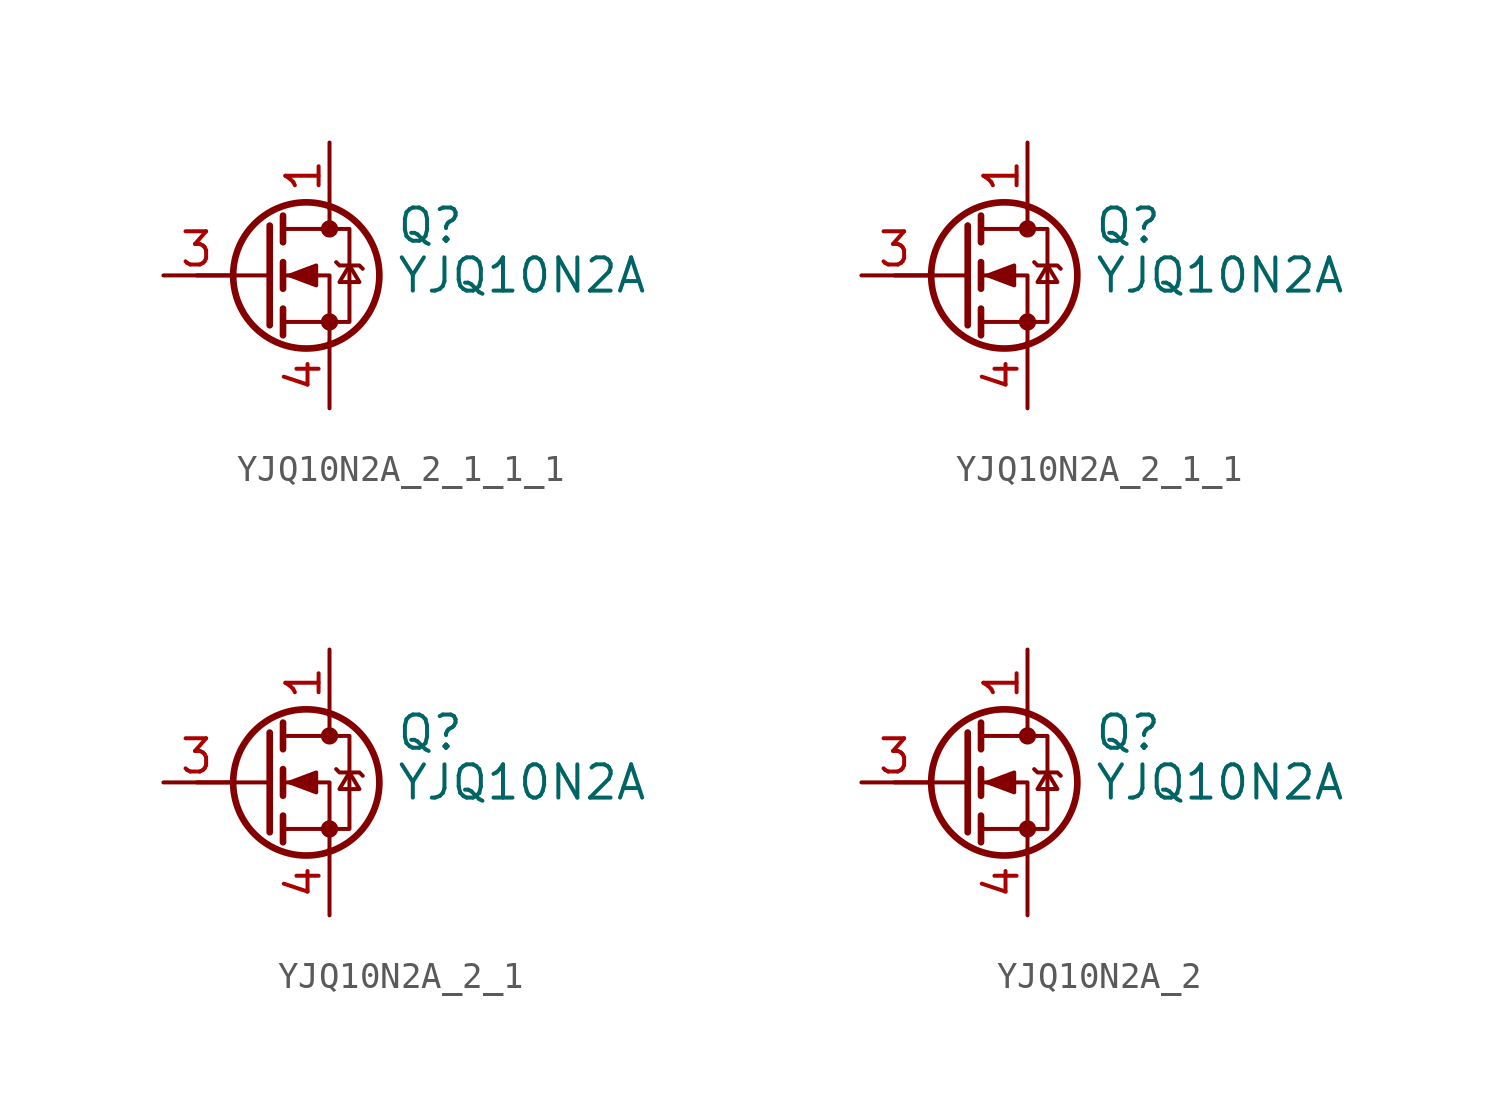
<source format=kicad_sym>
(kicad_symbol_lib
  (version 20241209)
  (generator "kicad_symbol_editor")
  (generator_version "9.0")
  (symbol "YJQ10N2A_2_1_1_1"
    (pin_names
      (hide yes))
    (property "Reference" "Q"
      (at 5.08 1.905 0)
      (effects (font (size 1.27 1.27)) (justify left)))
    (property "Value" "YJQ10N2A"
      (at 5.08 0 0)
      (effects (font (size 1.27 1.27)) (justify left)))
    (symbol "YJQ10N2A_2_1_1_1_0_1"
      (polyline (pts (xy 0.254 1.905) (xy 0.254 -1.905)) (stroke (width 0.254) (type default)) (fill (type none)))
      (polyline (pts (xy 0.254 0) (xy -2.54 0)) (stroke (width 0) (type default)) (fill (type none)))
      (polyline (pts (xy 0.762 2.286) (xy 0.762 1.27)) (stroke (width 0.254) (type default)) (fill (type none)))
      (polyline (pts (xy 0.762 0.508) (xy 0.762 -0.508)) (stroke (width 0.254) (type default)) (fill (type none)))
      (polyline (pts (xy 0.762 -1.27) (xy 0.762 -2.286)) (stroke (width 0.254) (type default)) (fill (type none)))
      (polyline (pts (xy 0.762 -1.778) (xy 3.302 -1.778) (xy 3.302 1.778) (xy 0.762 1.778)) (stroke (width 0) (type default)) (fill (type none)))
      (polyline (pts (xy 1.016 0) (xy 2.032 0.381) (xy 2.032 -0.381) (xy 1.016 0)) (stroke (width 0) (type default)) (fill (type outline)))
      (circle (center 1.651 0) (radius 2.794) (stroke (width 0.254) (type default)) (fill (type none)))
      (polyline (pts (xy 2.54 2.54) (xy 2.54 1.778)) (stroke (width 0) (type default)) (fill (type none)))
      (circle (center 2.54 1.778) (radius 0.254) (stroke (width 0) (type default)) (fill (type outline)))
      (circle (center 2.54 -1.778) (radius 0.254) (stroke (width 0) (type default)) (fill (type outline)))
      (polyline (pts (xy 2.54 -2.54) (xy 2.54 0) (xy 0.762 0)) (stroke (width 0) (type default)) (fill (type none)))
      (polyline (pts (xy 2.794 0.508) (xy 2.921 0.381) (xy 3.683 0.381) (xy 3.81 0.254)) (stroke (width 0) (type default)) (fill (type none)))
      (polyline (pts (xy 3.302 0.381) (xy 2.921 -0.254) (xy 3.683 -0.254) (xy 3.302 0.381)) (stroke (width 0) (type default)) (fill (type none))))
    (symbol "YJQ10N2A_2_1_1_1_1_1"
      (pin input line (at -3.81 0 0) (length 2.54) (name "G" (effects (font (size 1.27 1.27)))) (number "3" (effects (font (size 1.27 1.27)))))
      (pin passive line (at 2.54 5.08 270) (length 2.54) (name "D" (effects (font (size 1.27 1.27)))) (number "1" (effects (font (size 1.27 1.27)))))
      (pin passive line (at 2.54 5.08 270) (length 2.54) (hide yes) (name "D" (effects (font (size 1.27 1.27)))) (number "2" (effects (font (size 1.27 1.27)))))
      (pin passive line (at 2.54 5.08 270) (length 2.54) (hide yes) (name "D" (effects (font (size 1.27 1.27)))) (number "3" (effects (font (size 1.27 1.27)))))
      (pin passive line (at 2.54 5.08 270) (length 2.54) (hide yes) (name "D" (effects (font (size 1.27 1.27)))) (number "5" (effects (font (size 1.27 1.27)))))
      (pin passive line (at 2.54 5.08 270) (length 2.54) (hide yes) (name "D" (effects (font (size 1.27 1.27)))) (number "6" (effects (font (size 1.27 1.27)))))
      (pin passive line (at 2.54 5.08 270) (length 2.54) (hide yes) (name "D" (effects (font (size 1.27 1.27)))) (number "8" (effects (font (size 1.27 1.27)))))
      (pin passive line (at 2.54 -5.08 90) (length 2.54) (name "S" (effects (font (size 1.27 1.27)))) (number "4" (effects (font (size 1.27 1.27)))))
      (pin passive line (at 2.54 -5.08 90) (length 2.54) (hide yes) (name "S" (effects (font (size 1.27 1.27)))) (number "7" (effects (font (size 1.27 1.27)))))))
  (symbol "YJQ10N2A_2_1_1"
    (pin_names
      (hide yes))
    (property "Reference" "Q"
      (at 5.08 1.905 0)
      (effects (font (size 1.27 1.27)) (justify left)))
    (property "Value" "YJQ10N2A"
      (at 5.08 0 0)
      (effects (font (size 1.27 1.27)) (justify left)))
    (symbol "YJQ10N2A_2_1_1_0_1"
      (polyline (pts (xy 0.254 1.905) (xy 0.254 -1.905)) (stroke (width 0.254) (type default)) (fill (type none)))
      (polyline (pts (xy 0.254 0) (xy -2.54 0)) (stroke (width 0) (type default)) (fill (type none)))
      (polyline (pts (xy 0.762 2.286) (xy 0.762 1.27)) (stroke (width 0.254) (type default)) (fill (type none)))
      (polyline (pts (xy 0.762 0.508) (xy 0.762 -0.508)) (stroke (width 0.254) (type default)) (fill (type none)))
      (polyline (pts (xy 0.762 -1.27) (xy 0.762 -2.286)) (stroke (width 0.254) (type default)) (fill (type none)))
      (polyline (pts (xy 0.762 -1.778) (xy 3.302 -1.778) (xy 3.302 1.778) (xy 0.762 1.778)) (stroke (width 0) (type default)) (fill (type none)))
      (polyline (pts (xy 1.016 0) (xy 2.032 0.381) (xy 2.032 -0.381) (xy 1.016 0)) (stroke (width 0) (type default)) (fill (type outline)))
      (circle (center 1.651 0) (radius 2.794) (stroke (width 0.254) (type default)) (fill (type none)))
      (polyline (pts (xy 2.54 2.54) (xy 2.54 1.778)) (stroke (width 0) (type default)) (fill (type none)))
      (circle (center 2.54 1.778) (radius 0.254) (stroke (width 0) (type default)) (fill (type outline)))
      (circle (center 2.54 -1.778) (radius 0.254) (stroke (width 0) (type default)) (fill (type outline)))
      (polyline (pts (xy 2.54 -2.54) (xy 2.54 0) (xy 0.762 0)) (stroke (width 0) (type default)) (fill (type none)))
      (polyline (pts (xy 2.794 0.508) (xy 2.921 0.381) (xy 3.683 0.381) (xy 3.81 0.254)) (stroke (width 0) (type default)) (fill (type none)))
      (polyline (pts (xy 3.302 0.381) (xy 2.921 -0.254) (xy 3.683 -0.254) (xy 3.302 0.381)) (stroke (width 0) (type default)) (fill (type none))))
    (symbol "YJQ10N2A_2_1_1_1_1"
      (pin input line (at -3.81 0 0) (length 2.54) (name "G" (effects (font (size 1.27 1.27)))) (number "3" (effects (font (size 1.27 1.27)))))
      (pin passive line (at 2.54 5.08 270) (length 2.54) (name "D" (effects (font (size 1.27 1.27)))) (number "1" (effects (font (size 1.27 1.27)))))
      (pin passive line (at 2.54 5.08 270) (length 2.54) (hide yes) (name "D" (effects (font (size 1.27 1.27)))) (number "2" (effects (font (size 1.27 1.27)))))
      (pin passive line (at 2.54 5.08 270) (length 2.54) (hide yes) (name "D" (effects (font (size 1.27 1.27)))) (number "3" (effects (font (size 1.27 1.27)))))
      (pin passive line (at 2.54 5.08 270) (length 2.54) (hide yes) (name "D" (effects (font (size 1.27 1.27)))) (number "5" (effects (font (size 1.27 1.27)))))
      (pin passive line (at 2.54 5.08 270) (length 2.54) (hide yes) (name "D" (effects (font (size 1.27 1.27)))) (number "6" (effects (font (size 1.27 1.27)))))
      (pin passive line (at 2.54 5.08 270) (length 2.54) (hide yes) (name "D" (effects (font (size 1.27 1.27)))) (number "8" (effects (font (size 1.27 1.27)))))
      (pin passive line (at 2.54 -5.08 90) (length 2.54) (name "S" (effects (font (size 1.27 1.27)))) (number "4" (effects (font (size 1.27 1.27)))))
      (pin passive line (at 2.54 -5.08 90) (length 2.54) (hide yes) (name "S" (effects (font (size 1.27 1.27)))) (number "7" (effects (font (size 1.27 1.27)))))))
  (symbol "YJQ10N2A_2_1"
    (pin_names
      (hide yes))
    (property "Reference" "Q"
      (at 5.08 1.905 0)
      (effects (font (size 1.27 1.27)) (justify left)))
    (property "Value" "YJQ10N2A"
      (at 5.08 0 0)
      (effects (font (size 1.27 1.27)) (justify left)))
    (symbol "YJQ10N2A_2_1_0_1"
      (polyline (pts (xy 0.254 1.905) (xy 0.254 -1.905)) (stroke (width 0.254) (type default)) (fill (type none)))
      (polyline (pts (xy 0.254 0) (xy -2.54 0)) (stroke (width 0) (type default)) (fill (type none)))
      (polyline (pts (xy 0.762 2.286) (xy 0.762 1.27)) (stroke (width 0.254) (type default)) (fill (type none)))
      (polyline (pts (xy 0.762 0.508) (xy 0.762 -0.508)) (stroke (width 0.254) (type default)) (fill (type none)))
      (polyline (pts (xy 0.762 -1.27) (xy 0.762 -2.286)) (stroke (width 0.254) (type default)) (fill (type none)))
      (polyline (pts (xy 0.762 -1.778) (xy 3.302 -1.778) (xy 3.302 1.778) (xy 0.762 1.778)) (stroke (width 0) (type default)) (fill (type none)))
      (polyline (pts (xy 1.016 0) (xy 2.032 0.381) (xy 2.032 -0.381) (xy 1.016 0)) (stroke (width 0) (type default)) (fill (type outline)))
      (circle (center 1.651 0) (radius 2.794) (stroke (width 0.254) (type default)) (fill (type none)))
      (polyline (pts (xy 2.54 2.54) (xy 2.54 1.778)) (stroke (width 0) (type default)) (fill (type none)))
      (circle (center 2.54 1.778) (radius 0.254) (stroke (width 0) (type default)) (fill (type outline)))
      (circle (center 2.54 -1.778) (radius 0.254) (stroke (width 0) (type default)) (fill (type outline)))
      (polyline (pts (xy 2.54 -2.54) (xy 2.54 0) (xy 0.762 0)) (stroke (width 0) (type default)) (fill (type none)))
      (polyline (pts (xy 2.794 0.508) (xy 2.921 0.381) (xy 3.683 0.381) (xy 3.81 0.254)) (stroke (width 0) (type default)) (fill (type none)))
      (polyline (pts (xy 3.302 0.381) (xy 2.921 -0.254) (xy 3.683 -0.254) (xy 3.302 0.381)) (stroke (width 0) (type default)) (fill (type none))))
    (symbol "YJQ10N2A_2_1_1_1"
      (pin input line (at -3.81 0 0) (length 2.54) (name "G" (effects (font (size 1.27 1.27)))) (number "3" (effects (font (size 1.27 1.27)))))
      (pin passive line (at 2.54 5.08 270) (length 2.54) (name "D" (effects (font (size 1.27 1.27)))) (number "1" (effects (font (size 1.27 1.27)))))
      (pin passive line (at 2.54 5.08 270) (length 2.54) (hide yes) (name "D" (effects (font (size 1.27 1.27)))) (number "2" (effects (font (size 1.27 1.27)))))
      (pin passive line (at 2.54 5.08 270) (length 2.54) (hide yes) (name "D" (effects (font (size 1.27 1.27)))) (number "3" (effects (font (size 1.27 1.27)))))
      (pin passive line (at 2.54 5.08 270) (length 2.54) (hide yes) (name "D" (effects (font (size 1.27 1.27)))) (number "5" (effects (font (size 1.27 1.27)))))
      (pin passive line (at 2.54 5.08 270) (length 2.54) (hide yes) (name "D" (effects (font (size 1.27 1.27)))) (number "6" (effects (font (size 1.27 1.27)))))
      (pin passive line (at 2.54 5.08 270) (length 2.54) (hide yes) (name "D" (effects (font (size 1.27 1.27)))) (number "8" (effects (font (size 1.27 1.27)))))
      (pin passive line (at 2.54 -5.08 90) (length 2.54) (name "S" (effects (font (size 1.27 1.27)))) (number "4" (effects (font (size 1.27 1.27)))))
      (pin passive line (at 2.54 -5.08 90) (length 2.54) (hide yes) (name "S" (effects (font (size 1.27 1.27)))) (number "7" (effects (font (size 1.27 1.27)))))))
  (symbol "YJQ10N2A_2"
    (pin_names
      (hide yes))
    (property "Reference" "Q"
      (at 5.08 1.905 0)
      (effects (font (size 1.27 1.27)) (justify left)))
    (property "Value" "YJQ10N2A"
      (at 5.08 0 0)
      (effects (font (size 1.27 1.27)) (justify left)))
    (symbol "YJQ10N2A_2_0_1"
      (polyline (pts (xy 0.254 1.905) (xy 0.254 -1.905)) (stroke (width 0.254) (type default)) (fill (type none)))
      (polyline (pts (xy 0.254 0) (xy -2.54 0)) (stroke (width 0) (type default)) (fill (type none)))
      (polyline (pts (xy 0.762 2.286) (xy 0.762 1.27)) (stroke (width 0.254) (type default)) (fill (type none)))
      (polyline (pts (xy 0.762 0.508) (xy 0.762 -0.508)) (stroke (width 0.254) (type default)) (fill (type none)))
      (polyline (pts (xy 0.762 -1.27) (xy 0.762 -2.286)) (stroke (width 0.254) (type default)) (fill (type none)))
      (polyline (pts (xy 0.762 -1.778) (xy 3.302 -1.778) (xy 3.302 1.778) (xy 0.762 1.778)) (stroke (width 0) (type default)) (fill (type none)))
      (polyline (pts (xy 1.016 0) (xy 2.032 0.381) (xy 2.032 -0.381) (xy 1.016 0)) (stroke (width 0) (type default)) (fill (type outline)))
      (circle (center 1.651 0) (radius 2.794) (stroke (width 0.254) (type default)) (fill (type none)))
      (polyline (pts (xy 2.54 2.54) (xy 2.54 1.778)) (stroke (width 0) (type default)) (fill (type none)))
      (circle (center 2.54 1.778) (radius 0.254) (stroke (width 0) (type default)) (fill (type outline)))
      (circle (center 2.54 -1.778) (radius 0.254) (stroke (width 0) (type default)) (fill (type outline)))
      (polyline (pts (xy 2.54 -2.54) (xy 2.54 0) (xy 0.762 0)) (stroke (width 0) (type default)) (fill (type none)))
      (polyline (pts (xy 2.794 0.508) (xy 2.921 0.381) (xy 3.683 0.381) (xy 3.81 0.254)) (stroke (width 0) (type default)) (fill (type none)))
      (polyline (pts (xy 3.302 0.381) (xy 2.921 -0.254) (xy 3.683 -0.254) (xy 3.302 0.381)) (stroke (width 0) (type default)) (fill (type none))))
    (symbol "YJQ10N2A_2_1_1"
      (pin input line (at -3.81 0 0) (length 2.54) (name "G" (effects (font (size 1.27 1.27)))) (number "3" (effects (font (size 1.27 1.27)))))
      (pin passive line (at 2.54 5.08 270) (length 2.54) (name "D" (effects (font (size 1.27 1.27)))) (number "1" (effects (font (size 1.27 1.27)))))
      (pin passive line (at 2.54 5.08 270) (length 2.54) (hide yes) (name "D" (effects (font (size 1.27 1.27)))) (number "2" (effects (font (size 1.27 1.27)))))
      (pin passive line (at 2.54 5.08 270) (length 2.54) (hide yes) (name "D" (effects (font (size 1.27 1.27)))) (number "3" (effects (font (size 1.27 1.27)))))
      (pin passive line (at 2.54 5.08 270) (length 2.54) (hide yes) (name "D" (effects (font (size 1.27 1.27)))) (number "5" (effects (font (size 1.27 1.27)))))
      (pin passive line (at 2.54 5.08 270) (length 2.54) (hide yes) (name "D" (effects (font (size 1.27 1.27)))) (number "6" (effects (font (size 1.27 1.27)))))
      (pin passive line (at 2.54 5.08 270) (length 2.54) (hide yes) (name "D" (effects (font (size 1.27 1.27)))) (number "8" (effects (font (size 1.27 1.27)))))
      (pin passive line (at 2.54 -5.08 90) (length 2.54) (name "S" (effects (font (size 1.27 1.27)))) (number "4" (effects (font (size 1.27 1.27)))))
      (pin passive line (at 2.54 -5.08 90) (length 2.54) (hide yes) (name "S" (effects (font (size 1.27 1.27)))) (number "7" (effects (font (size 1.27 1.27))))))))
</source>
